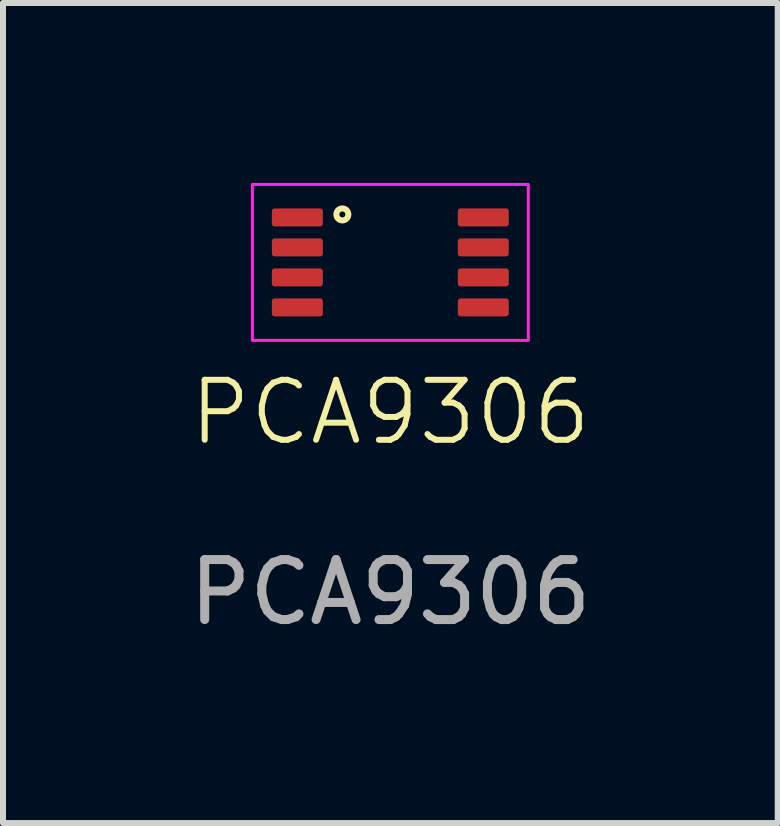
<source format=kicad_pcb>
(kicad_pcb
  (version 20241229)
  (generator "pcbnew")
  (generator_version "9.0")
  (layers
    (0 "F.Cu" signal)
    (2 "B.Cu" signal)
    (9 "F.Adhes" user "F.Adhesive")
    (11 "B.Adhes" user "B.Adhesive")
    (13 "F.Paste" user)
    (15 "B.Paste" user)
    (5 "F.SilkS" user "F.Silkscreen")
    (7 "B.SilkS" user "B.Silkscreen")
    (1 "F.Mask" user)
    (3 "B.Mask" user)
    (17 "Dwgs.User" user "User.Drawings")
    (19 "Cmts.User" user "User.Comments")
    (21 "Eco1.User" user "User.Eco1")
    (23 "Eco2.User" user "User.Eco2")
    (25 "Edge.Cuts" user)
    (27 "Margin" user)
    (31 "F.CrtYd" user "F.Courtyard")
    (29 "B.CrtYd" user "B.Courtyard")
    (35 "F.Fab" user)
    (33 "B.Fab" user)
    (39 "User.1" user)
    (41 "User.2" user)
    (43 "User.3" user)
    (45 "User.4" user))
  (footprint "PCA9306"
    (layer "F.Cu")
    (at 3.458 1.325)
    (property "Reference" "PCA9306" (at 0 2.5 0) (unlocked yes) (layer "F.SilkS") (effects (font (size 1 1) (thickness 0.1))))
    (attr smd)
    (fp_circle (center -0.8 -0.8) (end -0.8 -0.7) (stroke (width 0.1) (type default)) (fill no) (layer "F.SilkS"))
    (fp_rect (start -2.3 -1.3) (end 2.3 1.3) (stroke (width 0.05) (type default)) (fill no) (layer "F.CrtYd"))
    (fp_text user "${REFERENCE}" (at 0 5.5 0) (unlocked yes) (layer "F.Fab") (effects (font (size 1 1) (thickness 0.15))))
    (pad "1" smd roundrect (at -1.55 -0.75) (size 0.85 0.3) (layers "F.Cu" "F.Mask" "F.Paste") (roundrect_rratio 0.15))
    (pad "2" smd roundrect (at -1.55 -0.25) (size 0.85 0.3) (layers "F.Cu" "F.Mask" "F.Paste") (roundrect_rratio 0.15))
    (pad "3" smd roundrect (at -1.55 0.25) (size 0.85 0.3) (layers "F.Cu" "F.Mask" "F.Paste") (roundrect_rratio 0.15))
    (pad "4" smd roundrect (at -1.55 0.75) (size 0.85 0.3) (layers "F.Cu" "F.Mask" "F.Paste") (roundrect_rratio 0.15))
    (pad "5" smd roundrect (at 1.55 0.75) (size 0.85 0.3) (layers "F.Cu" "F.Mask" "F.Paste") (roundrect_rratio 0.15))
    (pad "6" smd roundrect (at 1.55 0.25) (size 0.85 0.3) (layers "F.Cu" "F.Mask" "F.Paste") (roundrect_rratio 0.15))
    (pad "7" smd roundrect (at 1.55 -0.25) (size 0.85 0.3) (layers "F.Cu" "F.Mask" "F.Paste") (roundrect_rratio 0.15))
    (pad "8" smd roundrect (at 1.55 -0.75) (size 0.85 0.3) (layers "F.Cu" "F.Mask" "F.Paste") (roundrect_rratio 0.15)))
  (gr_rect
    (start -3 -3)
    (end 9.917 10.673)
    (stroke (width 0.1) (type default))
    (fill no)
    (layer "Edge.Cuts")))
</source>
